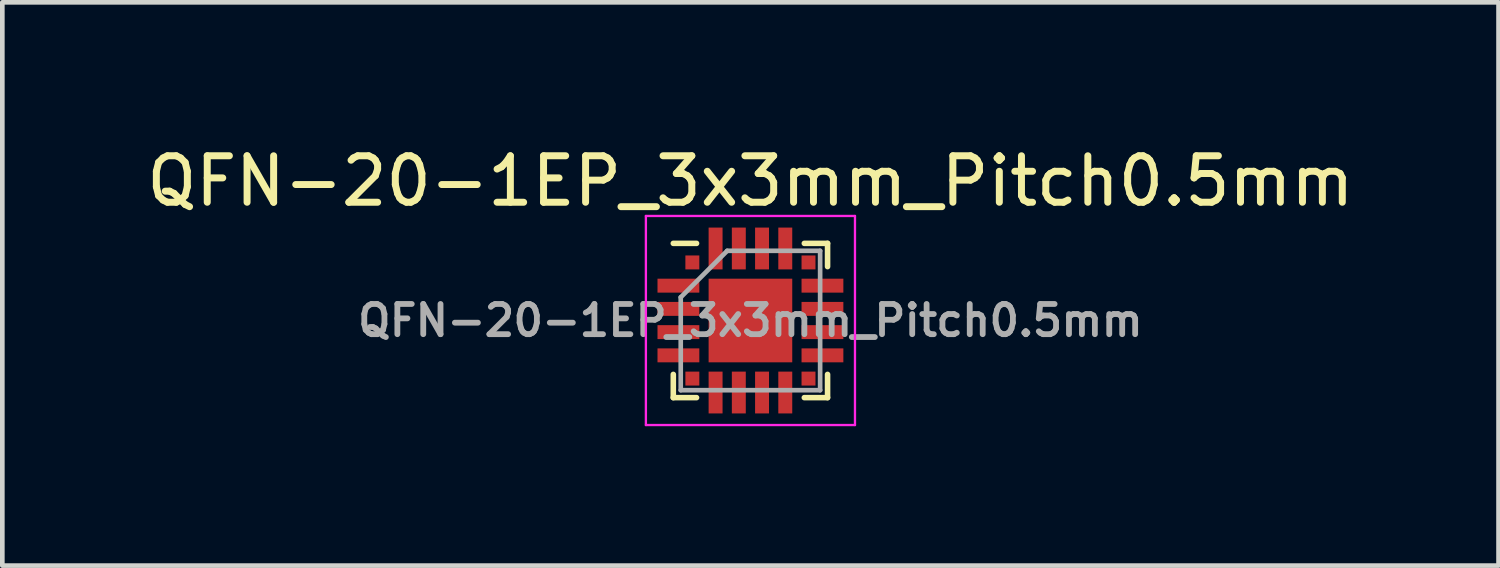
<source format=kicad_pcb>
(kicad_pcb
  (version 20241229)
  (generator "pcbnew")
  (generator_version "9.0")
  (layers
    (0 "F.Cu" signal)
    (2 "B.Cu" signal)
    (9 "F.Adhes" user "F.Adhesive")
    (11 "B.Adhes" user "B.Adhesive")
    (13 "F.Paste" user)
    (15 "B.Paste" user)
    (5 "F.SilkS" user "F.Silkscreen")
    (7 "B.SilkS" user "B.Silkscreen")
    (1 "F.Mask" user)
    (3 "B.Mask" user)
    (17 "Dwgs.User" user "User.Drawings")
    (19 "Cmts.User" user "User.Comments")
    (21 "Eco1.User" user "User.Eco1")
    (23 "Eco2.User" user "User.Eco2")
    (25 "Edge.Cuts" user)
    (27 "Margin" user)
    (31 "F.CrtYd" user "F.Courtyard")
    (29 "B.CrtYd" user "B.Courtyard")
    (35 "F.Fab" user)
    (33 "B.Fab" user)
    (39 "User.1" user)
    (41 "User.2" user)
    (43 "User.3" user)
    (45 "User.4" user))
  (footprint "QFN-20-1EP_3x3mm_Pitch0.5mm"
    (layer "F.Cu")
    (at 13.101 3.848)
    (property "Reference" "QFN-20-1EP_3x3mm_Pitch0.5mm" (at 0 -3 0) (layer "F.SilkS") (effects (font (size 1 1) (thickness 0.15))))
    (attr smd)
    (fp_line (start -1.66 -1.66) (end -1.16 -1.66) (stroke (width 0.12) (type solid)) (layer "F.SilkS"))
    (fp_line (start -1.66 1.66) (end -1.66 1.16) (stroke (width 0.12) (type solid)) (layer "F.SilkS"))
    (fp_line (start -1.16 1.66) (end -1.66 1.66) (stroke (width 0.12) (type solid)) (layer "F.SilkS"))
    (fp_line (start 1.16 -1.66) (end 1.66 -1.66) (stroke (width 0.12) (type solid)) (layer "F.SilkS"))
    (fp_line (start 1.16 1.66) (end 1.66 1.66) (stroke (width 0.12) (type solid)) (layer "F.SilkS"))
    (fp_line (start 1.66 -1.66) (end 1.66 -1.16) (stroke (width 0.12) (type solid)) (layer "F.SilkS"))
    (fp_line (start 1.66 1.66) (end 1.66 1.16) (stroke (width 0.12) (type solid)) (layer "F.SilkS"))
    (fp_line (start -2.25 -2.25) (end -2.25 2.25) (stroke (width 0.05) (type solid)) (layer "F.CrtYd"))
    (fp_line (start -2.25 2.25) (end 2.25 2.25) (stroke (width 0.05) (type solid)) (layer "F.CrtYd"))
    (fp_line (start 2.25 -2.25) (end -2.25 -2.25) (stroke (width 0.05) (type solid)) (layer "F.CrtYd"))
    (fp_line (start 2.25 2.25) (end 2.25 -2.25) (stroke (width 0.05) (type solid)) (layer "F.CrtYd"))
    (fp_line (start -1.5 -0.5) (end -0.5 -1.5) (stroke (width 0.1) (type solid)) (layer "F.Fab"))
    (fp_line (start -1.5 1.5) (end -1.5 -0.5) (stroke (width 0.1) (type solid)) (layer "F.Fab"))
    (fp_line (start -0.5 -1.5) (end 1.5 -1.5) (stroke (width 0.1) (type solid)) (layer "F.Fab"))
    (fp_line (start 1.5 -1.5) (end 1.5 1.5) (stroke (width 0.1) (type solid)) (layer "F.Fab"))
    (fp_line (start 1.5 1.5) (end -1.5 1.5) (stroke (width 0.1) (type solid)) (layer "F.Fab"))
    (fp_text user "${REFERENCE}" (at 0 0 0) (layer "F.Fab") (effects (font (size 0.65 0.65) (thickness 0.125))))
    (pad "" smd rect (at -0.45 -0.45) (size 0.54 0.54) (layers "F.Paste"))
    (pad "" smd rect (at -0.45 0.45) (size 0.54 0.54) (layers "F.Paste"))
    (pad "" smd rect (at 0.45 -0.45) (size 0.54 0.54) (layers "F.Paste"))
    (pad "" smd rect (at 0.45 0.45) (size 0.54 0.54) (layers "F.Paste"))
    (pad "1" smd rect (at -1.25 -1.25) (size 0.3 0.3) (layers "F.Cu" "F.Mask" "F.Paste"))
    (pad "2" smd rect (at -1.55 -0.75) (size 0.9 0.3) (layers "F.Cu" "F.Mask" "F.Paste"))
    (pad "3" smd rect (at -1.55 -0.25) (size 0.9 0.3) (layers "F.Cu" "F.Mask" "F.Paste"))
    (pad "4" smd rect (at -1.55 0.25) (size 0.9 0.3) (layers "F.Cu" "F.Mask" "F.Paste"))
    (pad "5" smd rect (at -1.55 0.75) (size 0.9 0.3) (layers "F.Cu" "F.Mask" "F.Paste"))
    (pad "6" smd rect (at -1.25 1.25) (size 0.3 0.3) (layers "F.Cu" "F.Mask" "F.Paste"))
    (pad "7" smd rect (at -0.75 1.55 90) (size 0.9 0.3) (layers "F.Cu" "F.Mask" "F.Paste"))
    (pad "8" smd rect (at -0.25 1.55 90) (size 0.9 0.3) (layers "F.Cu" "F.Mask" "F.Paste"))
    (pad "9" smd rect (at 0.25 1.55 90) (size 0.9 0.3) (layers "F.Cu" "F.Mask" "F.Paste"))
    (pad "10" smd rect (at 0.75 1.55 90) (size 0.9 0.3) (layers "F.Cu" "F.Mask" "F.Paste"))
    (pad "11" smd rect (at 1.25 1.25) (size 0.3 0.3) (layers "F.Cu" "F.Mask" "F.Paste"))
    (pad "12" smd rect (at 1.55 0.75) (size 0.9 0.3) (layers "F.Cu" "F.Mask" "F.Paste"))
    (pad "13" smd rect (at 1.55 0.25) (size 0.9 0.3) (layers "F.Cu" "F.Mask" "F.Paste"))
    (pad "14" smd rect (at 1.55 -0.25) (size 0.9 0.3) (layers "F.Cu" "F.Mask" "F.Paste"))
    (pad "15" smd rect (at 1.55 -0.75) (size 0.9 0.3) (layers "F.Cu" "F.Mask" "F.Paste"))
    (pad "16" smd rect (at 1.25 -1.25) (size 0.3 0.3) (layers "F.Cu" "F.Mask" "F.Paste"))
    (pad "17" smd rect (at 0.75 -1.55 90) (size 0.9 0.3) (layers "F.Cu" "F.Mask" "F.Paste"))
    (pad "18" smd rect (at 0.25 -1.55 90) (size 0.9 0.3) (layers "F.Cu" "F.Mask" "F.Paste"))
    (pad "19" smd rect (at -0.25 -1.55 90) (size 0.9 0.3) (layers "F.Cu" "F.Mask" "F.Paste"))
    (pad "20" smd rect (at -0.75 -1.55 90) (size 0.9 0.3) (layers "F.Cu" "F.Mask" "F.Paste"))
    (pad "21" smd rect (at 0 0) (size 1.8 1.8) (layers "F.Cu" "F.Mask")))
  (gr_rect
    (start -3 -3)
    (end 29.202 9.123)
    (stroke (width 0.1) (type default))
    (fill no)
    (layer "Edge.Cuts")))
</source>
